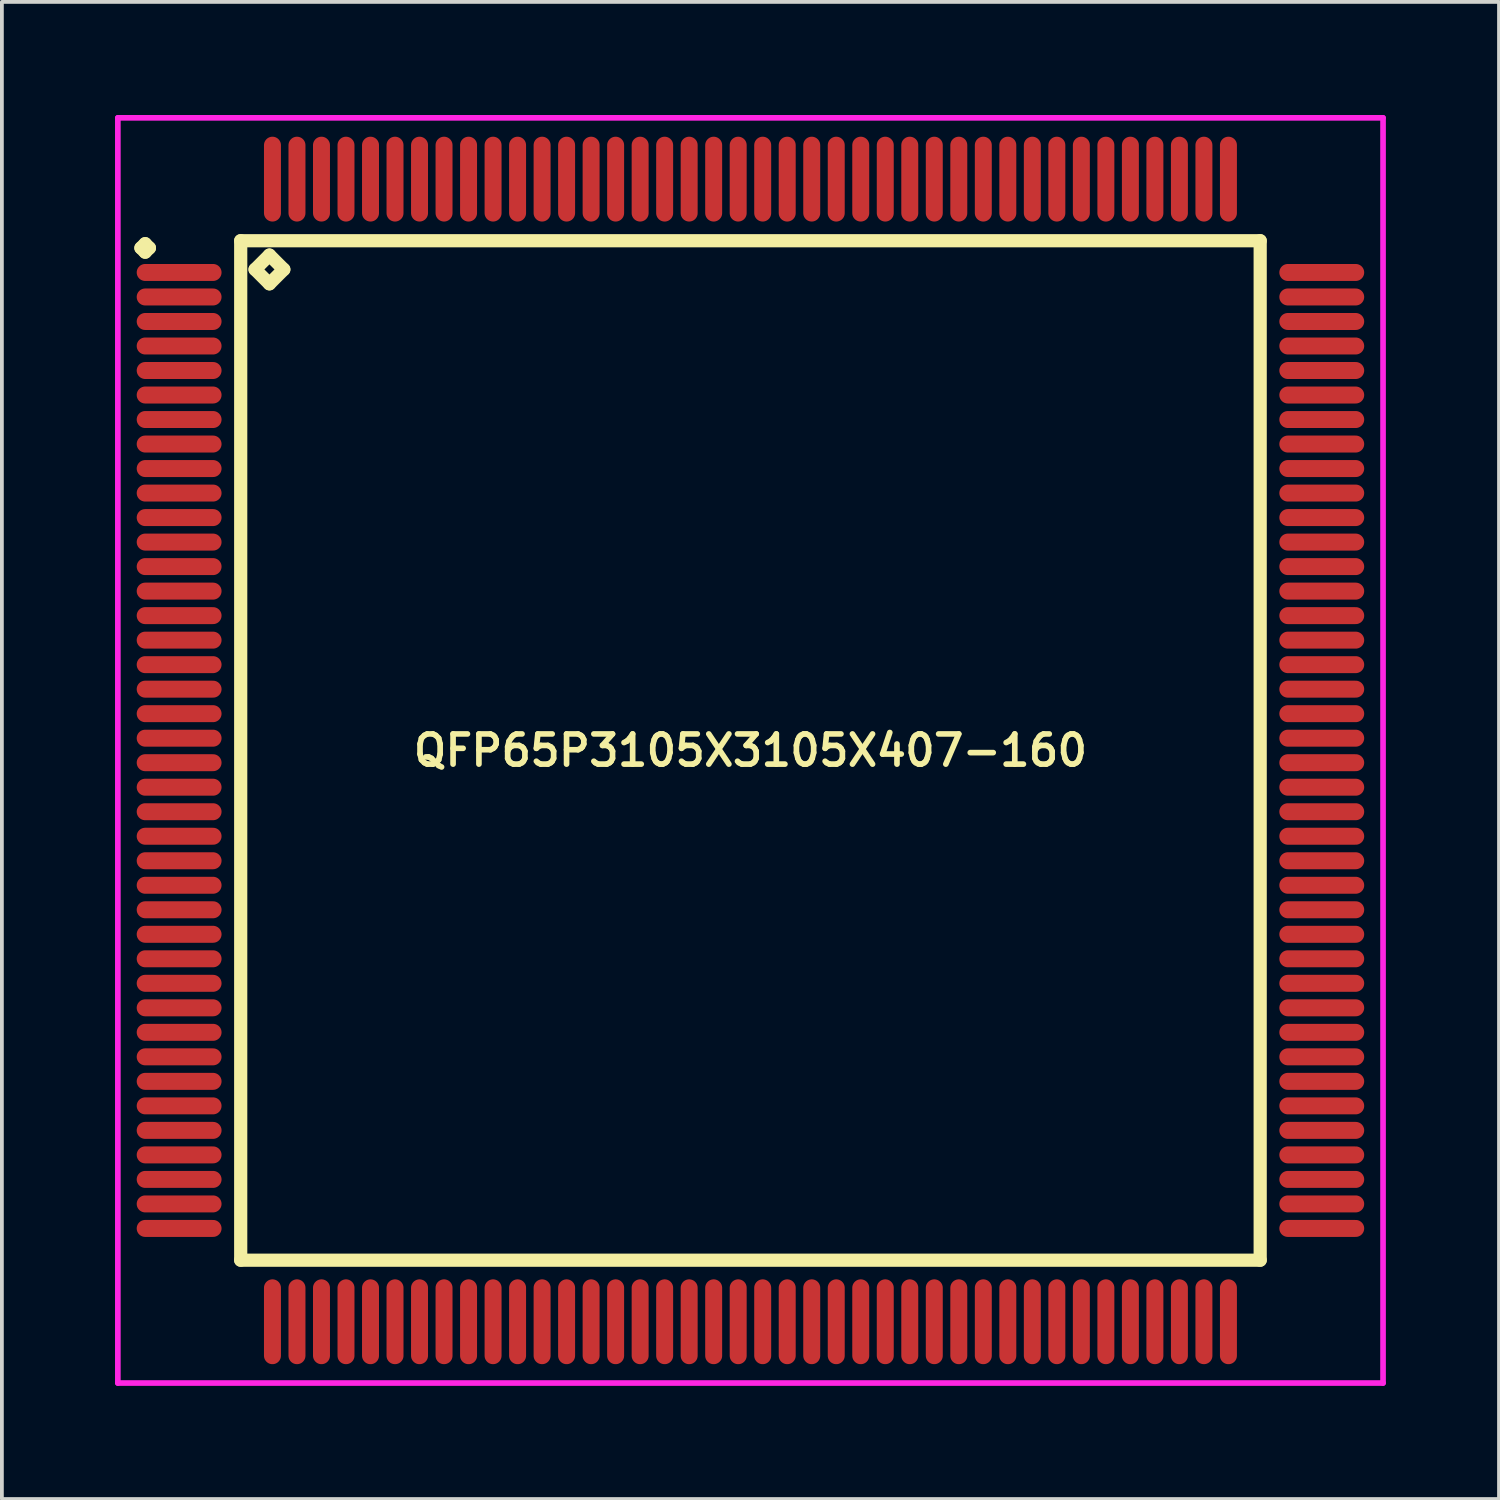
<source format=kicad_pcb>
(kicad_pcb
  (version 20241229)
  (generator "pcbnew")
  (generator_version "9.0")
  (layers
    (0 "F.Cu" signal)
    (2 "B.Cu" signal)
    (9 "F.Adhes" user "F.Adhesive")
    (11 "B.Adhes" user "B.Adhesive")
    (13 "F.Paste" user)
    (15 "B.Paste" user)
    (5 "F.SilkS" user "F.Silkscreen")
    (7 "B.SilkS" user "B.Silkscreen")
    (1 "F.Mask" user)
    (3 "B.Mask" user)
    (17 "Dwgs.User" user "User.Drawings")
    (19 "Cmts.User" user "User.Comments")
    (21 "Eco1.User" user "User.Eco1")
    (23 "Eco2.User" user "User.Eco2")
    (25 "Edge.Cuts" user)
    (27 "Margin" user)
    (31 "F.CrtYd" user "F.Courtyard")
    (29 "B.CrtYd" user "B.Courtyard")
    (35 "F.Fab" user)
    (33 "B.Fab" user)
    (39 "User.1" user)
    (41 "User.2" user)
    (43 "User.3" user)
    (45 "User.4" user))
  (footprint "QFP65P3105X3105X407-160"
    (layer "F.Cu")
    (at 16.85 16.85)
    (property "Reference" "QFP65P3105X3105X407-160" (at 0 0 0) (layer "F.SilkS") (effects (font (size 0.8 0.8) (thickness 0.15))))
    (attr smd)
    (fp_line (start -16.163 -13.325) (end -16.05 -13.438) (stroke (width 0.35) (type solid)) (layer "F.SilkS"))
    (fp_line (start -16.05 -13.438) (end -15.938 -13.325) (stroke (width 0.35) (type solid)) (layer "F.SilkS"))
    (fp_line (start -16.05 -13.213) (end -16.163 -13.325) (stroke (width 0.35) (type solid)) (layer "F.SilkS"))
    (fp_line (start -15.938 -13.325) (end -16.05 -13.213) (stroke (width 0.35) (type solid)) (layer "F.SilkS"))
    (fp_line (start -13.517 -13.517) (end -13.517 13.517) (stroke (width 0.35) (type solid)) (layer "F.SilkS"))
    (fp_line (start -13.517 13.517) (end 13.517 13.517) (stroke (width 0.35) (type solid)) (layer "F.SilkS"))
    (fp_line (start -13.136 -12.755) (end -12.755 -13.136) (stroke (width 0.35) (type solid)) (layer "F.SilkS"))
    (fp_line (start -12.755 -13.136) (end -12.374 -12.755) (stroke (width 0.35) (type solid)) (layer "F.SilkS"))
    (fp_line (start -12.755 -12.374) (end -13.136 -12.755) (stroke (width 0.35) (type solid)) (layer "F.SilkS"))
    (fp_line (start -12.374 -12.755) (end -12.755 -12.374) (stroke (width 0.35) (type solid)) (layer "F.SilkS"))
    (fp_line (start 13.517 -13.517) (end -13.517 -13.517) (stroke (width 0.35) (type solid)) (layer "F.SilkS"))
    (fp_line (start 13.517 13.517) (end 13.517 -13.517) (stroke (width 0.35) (type solid)) (layer "F.SilkS"))
    (fp_line (start -16.775 -16.775) (end 16.775 -16.775) (stroke (width 0.15) (type solid)) (layer "F.CrtYd"))
    (fp_line (start -16.775 16.775) (end -16.775 -16.775) (stroke (width 0.15) (type solid)) (layer "F.CrtYd"))
    (fp_line (start 16.775 -16.775) (end 16.775 16.775) (stroke (width 0.15) (type solid)) (layer "F.CrtYd"))
    (fp_line (start 16.775 16.775) (end -16.775 16.775) (stroke (width 0.15) (type solid)) (layer "F.CrtYd"))
    (pad "1" smd oval (at -15.15 -12.675) (size 2.25 0.45) (layers "F.Cu" "F.Mask" "F.Paste"))
    (pad "2" smd oval (at -15.15 -12.025) (size 2.25 0.45) (layers "F.Cu" "F.Mask" "F.Paste"))
    (pad "3" smd oval (at -15.15 -11.375) (size 2.25 0.45) (layers "F.Cu" "F.Mask" "F.Paste"))
    (pad "4" smd oval (at -15.15 -10.725) (size 2.25 0.45) (layers "F.Cu" "F.Mask" "F.Paste"))
    (pad "5" smd oval (at -15.15 -10.075) (size 2.25 0.45) (layers "F.Cu" "F.Mask" "F.Paste"))
    (pad "6" smd oval (at -15.15 -9.425) (size 2.25 0.45) (layers "F.Cu" "F.Mask" "F.Paste"))
    (pad "7" smd oval (at -15.15 -8.775) (size 2.25 0.45) (layers "F.Cu" "F.Mask" "F.Paste"))
    (pad "8" smd oval (at -15.15 -8.125) (size 2.25 0.45) (layers "F.Cu" "F.Mask" "F.Paste"))
    (pad "9" smd oval (at -15.15 -7.475) (size 2.25 0.45) (layers "F.Cu" "F.Mask" "F.Paste"))
    (pad "10" smd oval (at -15.15 -6.825) (size 2.25 0.45) (layers "F.Cu" "F.Mask" "F.Paste"))
    (pad "11" smd oval (at -15.15 -6.175) (size 2.25 0.45) (layers "F.Cu" "F.Mask" "F.Paste"))
    (pad "12" smd oval (at -15.15 -5.525) (size 2.25 0.45) (layers "F.Cu" "F.Mask" "F.Paste"))
    (pad "13" smd oval (at -15.15 -4.875) (size 2.25 0.45) (layers "F.Cu" "F.Mask" "F.Paste"))
    (pad "14" smd oval (at -15.15 -4.225) (size 2.25 0.45) (layers "F.Cu" "F.Mask" "F.Paste"))
    (pad "15" smd oval (at -15.15 -3.575) (size 2.25 0.45) (layers "F.Cu" "F.Mask" "F.Paste"))
    (pad "16" smd oval (at -15.15 -2.925) (size 2.25 0.45) (layers "F.Cu" "F.Mask" "F.Paste"))
    (pad "17" smd oval (at -15.15 -2.275) (size 2.25 0.45) (layers "F.Cu" "F.Mask" "F.Paste"))
    (pad "18" smd oval (at -15.15 -1.625) (size 2.25 0.45) (layers "F.Cu" "F.Mask" "F.Paste"))
    (pad "19" smd oval (at -15.15 -0.975) (size 2.25 0.45) (layers "F.Cu" "F.Mask" "F.Paste"))
    (pad "20" smd oval (at -15.15 -0.325) (size 2.25 0.45) (layers "F.Cu" "F.Mask" "F.Paste"))
    (pad "21" smd oval (at -15.15 0.325) (size 2.25 0.45) (layers "F.Cu" "F.Mask" "F.Paste"))
    (pad "22" smd oval (at -15.15 0.975) (size 2.25 0.45) (layers "F.Cu" "F.Mask" "F.Paste"))
    (pad "23" smd oval (at -15.15 1.625) (size 2.25 0.45) (layers "F.Cu" "F.Mask" "F.Paste"))
    (pad "24" smd oval (at -15.15 2.275) (size 2.25 0.45) (layers "F.Cu" "F.Mask" "F.Paste"))
    (pad "25" smd oval (at -15.15 2.925) (size 2.25 0.45) (layers "F.Cu" "F.Mask" "F.Paste"))
    (pad "26" smd oval (at -15.15 3.575) (size 2.25 0.45) (layers "F.Cu" "F.Mask" "F.Paste"))
    (pad "27" smd oval (at -15.15 4.225) (size 2.25 0.45) (layers "F.Cu" "F.Mask" "F.Paste"))
    (pad "28" smd oval (at -15.15 4.875) (size 2.25 0.45) (layers "F.Cu" "F.Mask" "F.Paste"))
    (pad "29" smd oval (at -15.15 5.525) (size 2.25 0.45) (layers "F.Cu" "F.Mask" "F.Paste"))
    (pad "30" smd oval (at -15.15 6.175) (size 2.25 0.45) (layers "F.Cu" "F.Mask" "F.Paste"))
    (pad "31" smd oval (at -15.15 6.825) (size 2.25 0.45) (layers "F.Cu" "F.Mask" "F.Paste"))
    (pad "32" smd oval (at -15.15 7.475) (size 2.25 0.45) (layers "F.Cu" "F.Mask" "F.Paste"))
    (pad "33" smd oval (at -15.15 8.125) (size 2.25 0.45) (layers "F.Cu" "F.Mask" "F.Paste"))
    (pad "34" smd oval (at -15.15 8.775) (size 2.25 0.45) (layers "F.Cu" "F.Mask" "F.Paste"))
    (pad "35" smd oval (at -15.15 9.425) (size 2.25 0.45) (layers "F.Cu" "F.Mask" "F.Paste"))
    (pad "36" smd oval (at -15.15 10.075) (size 2.25 0.45) (layers "F.Cu" "F.Mask" "F.Paste"))
    (pad "37" smd oval (at -15.15 10.725) (size 2.25 0.45) (layers "F.Cu" "F.Mask" "F.Paste"))
    (pad "38" smd oval (at -15.15 11.375) (size 2.25 0.45) (layers "F.Cu" "F.Mask" "F.Paste"))
    (pad "39" smd oval (at -15.15 12.025) (size 2.25 0.45) (layers "F.Cu" "F.Mask" "F.Paste"))
    (pad "40" smd oval (at -15.15 12.675) (size 2.25 0.45) (layers "F.Cu" "F.Mask" "F.Paste"))
    (pad "41" smd oval (at -12.675 15.15) (size 0.45 2.25) (layers "F.Cu" "F.Mask" "F.Paste"))
    (pad "42" smd oval (at -12.025 15.15) (size 0.45 2.25) (layers "F.Cu" "F.Mask" "F.Paste"))
    (pad "43" smd oval (at -11.375 15.15) (size 0.45 2.25) (layers "F.Cu" "F.Mask" "F.Paste"))
    (pad "44" smd oval (at -10.725 15.15) (size 0.45 2.25) (layers "F.Cu" "F.Mask" "F.Paste"))
    (pad "45" smd oval (at -10.075 15.15) (size 0.45 2.25) (layers "F.Cu" "F.Mask" "F.Paste"))
    (pad "46" smd oval (at -9.425 15.15) (size 0.45 2.25) (layers "F.Cu" "F.Mask" "F.Paste"))
    (pad "47" smd oval (at -8.775 15.15) (size 0.45 2.25) (layers "F.Cu" "F.Mask" "F.Paste"))
    (pad "48" smd oval (at -8.125 15.15) (size 0.45 2.25) (layers "F.Cu" "F.Mask" "F.Paste"))
    (pad "49" smd oval (at -7.475 15.15) (size 0.45 2.25) (layers "F.Cu" "F.Mask" "F.Paste"))
    (pad "50" smd oval (at -6.825 15.15) (size 0.45 2.25) (layers "F.Cu" "F.Mask" "F.Paste"))
    (pad "51" smd oval (at -6.175 15.15) (size 0.45 2.25) (layers "F.Cu" "F.Mask" "F.Paste"))
    (pad "52" smd oval (at -5.525 15.15) (size 0.45 2.25) (layers "F.Cu" "F.Mask" "F.Paste"))
    (pad "53" smd oval (at -4.875 15.15) (size 0.45 2.25) (layers "F.Cu" "F.Mask" "F.Paste"))
    (pad "54" smd oval (at -4.225 15.15) (size 0.45 2.25) (layers "F.Cu" "F.Mask" "F.Paste"))
    (pad "55" smd oval (at -3.575 15.15) (size 0.45 2.25) (layers "F.Cu" "F.Mask" "F.Paste"))
    (pad "56" smd oval (at -2.925 15.15) (size 0.45 2.25) (layers "F.Cu" "F.Mask" "F.Paste"))
    (pad "57" smd oval (at -2.275 15.15) (size 0.45 2.25) (layers "F.Cu" "F.Mask" "F.Paste"))
    (pad "58" smd oval (at -1.625 15.15) (size 0.45 2.25) (layers "F.Cu" "F.Mask" "F.Paste"))
    (pad "59" smd oval (at -0.975 15.15) (size 0.45 2.25) (layers "F.Cu" "F.Mask" "F.Paste"))
    (pad "60" smd oval (at -0.325 15.15) (size 0.45 2.25) (layers "F.Cu" "F.Mask" "F.Paste"))
    (pad "61" smd oval (at 0.325 15.15) (size 0.45 2.25) (layers "F.Cu" "F.Mask" "F.Paste"))
    (pad "62" smd oval (at 0.975 15.15) (size 0.45 2.25) (layers "F.Cu" "F.Mask" "F.Paste"))
    (pad "63" smd oval (at 1.625 15.15) (size 0.45 2.25) (layers "F.Cu" "F.Mask" "F.Paste"))
    (pad "64" smd oval (at 2.275 15.15) (size 0.45 2.25) (layers "F.Cu" "F.Mask" "F.Paste"))
    (pad "65" smd oval (at 2.925 15.15) (size 0.45 2.25) (layers "F.Cu" "F.Mask" "F.Paste"))
    (pad "66" smd oval (at 3.575 15.15) (size 0.45 2.25) (layers "F.Cu" "F.Mask" "F.Paste"))
    (pad "67" smd oval (at 4.225 15.15) (size 0.45 2.25) (layers "F.Cu" "F.Mask" "F.Paste"))
    (pad "68" smd oval (at 4.875 15.15) (size 0.45 2.25) (layers "F.Cu" "F.Mask" "F.Paste"))
    (pad "69" smd oval (at 5.525 15.15) (size 0.45 2.25) (layers "F.Cu" "F.Mask" "F.Paste"))
    (pad "70" smd oval (at 6.175 15.15) (size 0.45 2.25) (layers "F.Cu" "F.Mask" "F.Paste"))
    (pad "71" smd oval (at 6.825 15.15) (size 0.45 2.25) (layers "F.Cu" "F.Mask" "F.Paste"))
    (pad "72" smd oval (at 7.475 15.15) (size 0.45 2.25) (layers "F.Cu" "F.Mask" "F.Paste"))
    (pad "73" smd oval (at 8.125 15.15) (size 0.45 2.25) (layers "F.Cu" "F.Mask" "F.Paste"))
    (pad "74" smd oval (at 8.775 15.15) (size 0.45 2.25) (layers "F.Cu" "F.Mask" "F.Paste"))
    (pad "75" smd oval (at 9.425 15.15) (size 0.45 2.25) (layers "F.Cu" "F.Mask" "F.Paste"))
    (pad "76" smd oval (at 10.075 15.15) (size 0.45 2.25) (layers "F.Cu" "F.Mask" "F.Paste"))
    (pad "77" smd oval (at 10.725 15.15) (size 0.45 2.25) (layers "F.Cu" "F.Mask" "F.Paste"))
    (pad "78" smd oval (at 11.375 15.15) (size 0.45 2.25) (layers "F.Cu" "F.Mask" "F.Paste"))
    (pad "79" smd oval (at 12.025 15.15) (size 0.45 2.25) (layers "F.Cu" "F.Mask" "F.Paste"))
    (pad "80" smd oval (at 12.675 15.15) (size 0.45 2.25) (layers "F.Cu" "F.Mask" "F.Paste"))
    (pad "81" smd oval (at 15.15 12.675) (size 2.25 0.45) (layers "F.Cu" "F.Mask" "F.Paste"))
    (pad "82" smd oval (at 15.15 12.025) (size 2.25 0.45) (layers "F.Cu" "F.Mask" "F.Paste"))
    (pad "83" smd oval (at 15.15 11.375) (size 2.25 0.45) (layers "F.Cu" "F.Mask" "F.Paste"))
    (pad "84" smd oval (at 15.15 10.725) (size 2.25 0.45) (layers "F.Cu" "F.Mask" "F.Paste"))
    (pad "85" smd oval (at 15.15 10.075) (size 2.25 0.45) (layers "F.Cu" "F.Mask" "F.Paste"))
    (pad "86" smd oval (at 15.15 9.425) (size 2.25 0.45) (layers "F.Cu" "F.Mask" "F.Paste"))
    (pad "87" smd oval (at 15.15 8.775) (size 2.25 0.45) (layers "F.Cu" "F.Mask" "F.Paste"))
    (pad "88" smd oval (at 15.15 8.125) (size 2.25 0.45) (layers "F.Cu" "F.Mask" "F.Paste"))
    (pad "89" smd oval (at 15.15 7.475) (size 2.25 0.45) (layers "F.Cu" "F.Mask" "F.Paste"))
    (pad "90" smd oval (at 15.15 6.825) (size 2.25 0.45) (layers "F.Cu" "F.Mask" "F.Paste"))
    (pad "91" smd oval (at 15.15 6.175) (size 2.25 0.45) (layers "F.Cu" "F.Mask" "F.Paste"))
    (pad "92" smd oval (at 15.15 5.525) (size 2.25 0.45) (layers "F.Cu" "F.Mask" "F.Paste"))
    (pad "93" smd oval (at 15.15 4.875) (size 2.25 0.45) (layers "F.Cu" "F.Mask" "F.Paste"))
    (pad "94" smd oval (at 15.15 4.225) (size 2.25 0.45) (layers "F.Cu" "F.Mask" "F.Paste"))
    (pad "95" smd oval (at 15.15 3.575) (size 2.25 0.45) (layers "F.Cu" "F.Mask" "F.Paste"))
    (pad "96" smd oval (at 15.15 2.925) (size 2.25 0.45) (layers "F.Cu" "F.Mask" "F.Paste"))
    (pad "97" smd oval (at 15.15 2.275) (size 2.25 0.45) (layers "F.Cu" "F.Mask" "F.Paste"))
    (pad "98" smd oval (at 15.15 1.625) (size 2.25 0.45) (layers "F.Cu" "F.Mask" "F.Paste"))
    (pad "99" smd oval (at 15.15 0.975) (size 2.25 0.45) (layers "F.Cu" "F.Mask" "F.Paste"))
    (pad "100" smd oval (at 15.15 0.325) (size 2.25 0.45) (layers "F.Cu" "F.Mask" "F.Paste"))
    (pad "101" smd oval (at 15.15 -0.325) (size 2.25 0.45) (layers "F.Cu" "F.Mask" "F.Paste"))
    (pad "102" smd oval (at 15.15 -0.975) (size 2.25 0.45) (layers "F.Cu" "F.Mask" "F.Paste"))
    (pad "103" smd oval (at 15.15 -1.625) (size 2.25 0.45) (layers "F.Cu" "F.Mask" "F.Paste"))
    (pad "104" smd oval (at 15.15 -2.275) (size 2.25 0.45) (layers "F.Cu" "F.Mask" "F.Paste"))
    (pad "105" smd oval (at 15.15 -2.925) (size 2.25 0.45) (layers "F.Cu" "F.Mask" "F.Paste"))
    (pad "106" smd oval (at 15.15 -3.575) (size 2.25 0.45) (layers "F.Cu" "F.Mask" "F.Paste"))
    (pad "107" smd oval (at 15.15 -4.225) (size 2.25 0.45) (layers "F.Cu" "F.Mask" "F.Paste"))
    (pad "108" smd oval (at 15.15 -4.875) (size 2.25 0.45) (layers "F.Cu" "F.Mask" "F.Paste"))
    (pad "109" smd oval (at 15.15 -5.525) (size 2.25 0.45) (layers "F.Cu" "F.Mask" "F.Paste"))
    (pad "110" smd oval (at 15.15 -6.175) (size 2.25 0.45) (layers "F.Cu" "F.Mask" "F.Paste"))
    (pad "111" smd oval (at 15.15 -6.825) (size 2.25 0.45) (layers "F.Cu" "F.Mask" "F.Paste"))
    (pad "112" smd oval (at 15.15 -7.475) (size 2.25 0.45) (layers "F.Cu" "F.Mask" "F.Paste"))
    (pad "113" smd oval (at 15.15 -8.125) (size 2.25 0.45) (layers "F.Cu" "F.Mask" "F.Paste"))
    (pad "114" smd oval (at 15.15 -8.775) (size 2.25 0.45) (layers "F.Cu" "F.Mask" "F.Paste"))
    (pad "115" smd oval (at 15.15 -9.425) (size 2.25 0.45) (layers "F.Cu" "F.Mask" "F.Paste"))
    (pad "116" smd oval (at 15.15 -10.075) (size 2.25 0.45) (layers "F.Cu" "F.Mask" "F.Paste"))
    (pad "117" smd oval (at 15.15 -10.725) (size 2.25 0.45) (layers "F.Cu" "F.Mask" "F.Paste"))
    (pad "118" smd oval (at 15.15 -11.375) (size 2.25 0.45) (layers "F.Cu" "F.Mask" "F.Paste"))
    (pad "119" smd oval (at 15.15 -12.025) (size 2.25 0.45) (layers "F.Cu" "F.Mask" "F.Paste"))
    (pad "120" smd oval (at 15.15 -12.675) (size 2.25 0.45) (layers "F.Cu" "F.Mask" "F.Paste"))
    (pad "121" smd oval (at 12.675 -15.15) (size 0.45 2.25) (layers "F.Cu" "F.Mask" "F.Paste"))
    (pad "122" smd oval (at 12.025 -15.15) (size 0.45 2.25) (layers "F.Cu" "F.Mask" "F.Paste"))
    (pad "123" smd oval (at 11.375 -15.15) (size 0.45 2.25) (layers "F.Cu" "F.Mask" "F.Paste"))
    (pad "124" smd oval (at 10.725 -15.15) (size 0.45 2.25) (layers "F.Cu" "F.Mask" "F.Paste"))
    (pad "125" smd oval (at 10.075 -15.15) (size 0.45 2.25) (layers "F.Cu" "F.Mask" "F.Paste"))
    (pad "126" smd oval (at 9.425 -15.15) (size 0.45 2.25) (layers "F.Cu" "F.Mask" "F.Paste"))
    (pad "127" smd oval (at 8.775 -15.15) (size 0.45 2.25) (layers "F.Cu" "F.Mask" "F.Paste"))
    (pad "128" smd oval (at 8.125 -15.15) (size 0.45 2.25) (layers "F.Cu" "F.Mask" "F.Paste"))
    (pad "129" smd oval (at 7.475 -15.15) (size 0.45 2.25) (layers "F.Cu" "F.Mask" "F.Paste"))
    (pad "130" smd oval (at 6.825 -15.15) (size 0.45 2.25) (layers "F.Cu" "F.Mask" "F.Paste"))
    (pad "131" smd oval (at 6.175 -15.15) (size 0.45 2.25) (layers "F.Cu" "F.Mask" "F.Paste"))
    (pad "132" smd oval (at 5.525 -15.15) (size 0.45 2.25) (layers "F.Cu" "F.Mask" "F.Paste"))
    (pad "133" smd oval (at 4.875 -15.15) (size 0.45 2.25) (layers "F.Cu" "F.Mask" "F.Paste"))
    (pad "134" smd oval (at 4.225 -15.15) (size 0.45 2.25) (layers "F.Cu" "F.Mask" "F.Paste"))
    (pad "135" smd oval (at 3.575 -15.15) (size 0.45 2.25) (layers "F.Cu" "F.Mask" "F.Paste"))
    (pad "136" smd oval (at 2.925 -15.15) (size 0.45 2.25) (layers "F.Cu" "F.Mask" "F.Paste"))
    (pad "137" smd oval (at 2.275 -15.15) (size 0.45 2.25) (layers "F.Cu" "F.Mask" "F.Paste"))
    (pad "138" smd oval (at 1.625 -15.15) (size 0.45 2.25) (layers "F.Cu" "F.Mask" "F.Paste"))
    (pad "139" smd oval (at 0.975 -15.15) (size 0.45 2.25) (layers "F.Cu" "F.Mask" "F.Paste"))
    (pad "140" smd oval (at 0.325 -15.15) (size 0.45 2.25) (layers "F.Cu" "F.Mask" "F.Paste"))
    (pad "141" smd oval (at -0.325 -15.15) (size 0.45 2.25) (layers "F.Cu" "F.Mask" "F.Paste"))
    (pad "142" smd oval (at -0.975 -15.15) (size 0.45 2.25) (layers "F.Cu" "F.Mask" "F.Paste"))
    (pad "143" smd oval (at -1.625 -15.15) (size 0.45 2.25) (layers "F.Cu" "F.Mask" "F.Paste"))
    (pad "144" smd oval (at -2.275 -15.15) (size 0.45 2.25) (layers "F.Cu" "F.Mask" "F.Paste"))
    (pad "145" smd oval (at -2.925 -15.15) (size 0.45 2.25) (layers "F.Cu" "F.Mask" "F.Paste"))
    (pad "146" smd oval (at -3.575 -15.15) (size 0.45 2.25) (layers "F.Cu" "F.Mask" "F.Paste"))
    (pad "147" smd oval (at -4.225 -15.15) (size 0.45 2.25) (layers "F.Cu" "F.Mask" "F.Paste"))
    (pad "148" smd oval (at -4.875 -15.15) (size 0.45 2.25) (layers "F.Cu" "F.Mask" "F.Paste"))
    (pad "149" smd oval (at -5.525 -15.15) (size 0.45 2.25) (layers "F.Cu" "F.Mask" "F.Paste"))
    (pad "150" smd oval (at -6.175 -15.15) (size 0.45 2.25) (layers "F.Cu" "F.Mask" "F.Paste"))
    (pad "151" smd oval (at -6.825 -15.15) (size 0.45 2.25) (layers "F.Cu" "F.Mask" "F.Paste"))
    (pad "152" smd oval (at -7.475 -15.15) (size 0.45 2.25) (layers "F.Cu" "F.Mask" "F.Paste"))
    (pad "153" smd oval (at -8.125 -15.15) (size 0.45 2.25) (layers "F.Cu" "F.Mask" "F.Paste"))
    (pad "154" smd oval (at -8.775 -15.15) (size 0.45 2.25) (layers "F.Cu" "F.Mask" "F.Paste"))
    (pad "155" smd oval (at -9.425 -15.15) (size 0.45 2.25) (layers "F.Cu" "F.Mask" "F.Paste"))
    (pad "156" smd oval (at -10.075 -15.15) (size 0.45 2.25) (layers "F.Cu" "F.Mask" "F.Paste"))
    (pad "157" smd oval (at -10.725 -15.15) (size 0.45 2.25) (layers "F.Cu" "F.Mask" "F.Paste"))
    (pad "158" smd oval (at -11.375 -15.15) (size 0.45 2.25) (layers "F.Cu" "F.Mask" "F.Paste"))
    (pad "159" smd oval (at -12.025 -15.15) (size 0.45 2.25) (layers "F.Cu" "F.Mask" "F.Paste"))
    (pad "160" smd oval (at -12.675 -15.15) (size 0.45 2.25) (layers "F.Cu" "F.Mask" "F.Paste")))
  (gr_rect
    (start -3 -3)
    (end 36.7 36.7)
    (stroke (width 0.1) (type default))
    (fill no)
    (layer "Edge.Cuts")))
</source>
